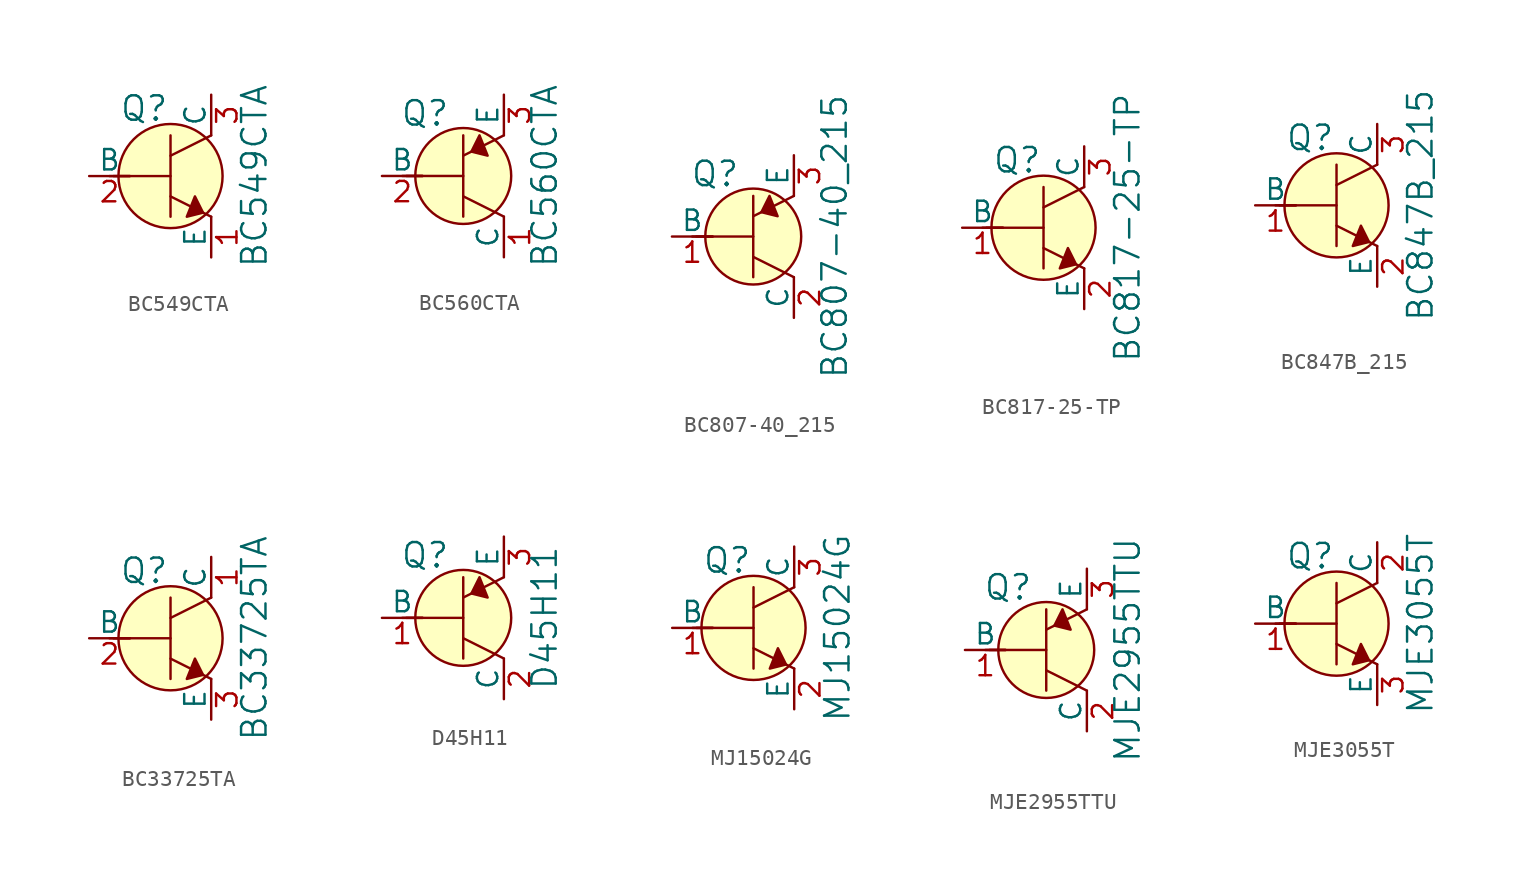
<source format=kicad_sym>
(kicad_symbol_lib
  (version 20211014)
  (generator kicad_symbol_editor)
  (symbol "BC549CTA"
    (pin_names
      (offset 0))
    (property "Reference" "Q"
      (at -3.2 4.216 0)
      (effects (font (size 1.524 1.524)) (justify left)))
    (property "Value" "BC549CTA"
      (at 5.232 0 90)
      (effects (font (size 1.524 1.524))))
    (symbol "BC549CTA_0_1"
      (polyline (pts (xy -3.81 0) (xy -2.54 0)) (stroke (width 0) (type default) (color 0 0 0 0)) (fill (type none)))
      (polyline (pts (xy -3.556 0) (xy 0 0)) (stroke (width 0) (type default) (color 0 0 0 0)) (fill (type none)))
      (polyline (pts (xy 0 -1.27) (xy 2.54 -2.54)) (stroke (width 0) (type default) (color 0 0 0 0)) (fill (type none)))
      (polyline (pts (xy 0 1.27) (xy 2.54 2.54)) (stroke (width 0) (type default) (color 0 0 0 0)) (fill (type none)))
      (polyline (pts (xy 0 2.54) (xy 0 -2.54)) (stroke (width 0) (type default) (color 0 0 0 0)) (fill (type none)))
      (polyline (pts (xy 1.524 -1.27) (xy 2.032 -2.286) (xy 1.016 -2.54) (xy 1.524 -1.27)) (stroke (width 0) (type default) (color 0 0 0 0)) (fill (type outline)))
      (circle (center 0 0) (radius 3.251) (stroke (width 0) (type default) (color 0 0 0 0)) (fill (type background))))
    (symbol "BC549CTA_1_1"
      (pin passive line (at 2.54 -5.08 90) (length 2.54) (name "E" (effects (font (size 1.27 1.27)))) (number "1" (effects (font (size 1.27 1.27)))))
      (pin input line (at -5.08 0 0) (length 2.54) (name "B" (effects (font (size 1.27 1.27)))) (number "2" (effects (font (size 1.27 1.27)))))
      (pin passive line (at 2.54 5.08 270) (length 2.54) (name "C" (effects (font (size 1.27 1.27)))) (number "3" (effects (font (size 1.27 1.27)))))))
  (symbol "BC560CTA"
    (pin_names
      (offset 0))
    (property "Reference" "Q"
      (at -2.388 3.912 0)
      (effects (font (size 1.524 1.524))))
    (property "Value" "BC560CTA"
      (at 5.08 0 90)
      (effects (font (size 1.524 1.524))))
    (symbol "BC560CTA_0_1"
      (polyline (pts (xy -3.81 0) (xy -2.54 0)) (stroke (width 0) (type default) (color 0 0 0 0)) (fill (type none)))
      (polyline (pts (xy -3.556 0) (xy 0 0)) (stroke (width 0) (type default) (color 0 0 0 0)) (fill (type none)))
      (polyline (pts (xy 0 -1.27) (xy 2.54 -2.54)) (stroke (width 0) (type default) (color 0 0 0 0)) (fill (type none)))
      (polyline (pts (xy 0 1.27) (xy 2.54 2.54)) (stroke (width 0) (type default) (color 0 0 0 0)) (fill (type none)))
      (polyline (pts (xy 0 2.54) (xy 0 -2.54)) (stroke (width 0) (type default) (color 0 0 0 0)) (fill (type none)))
      (polyline (pts (xy 1.016 2.54) (xy 0.508 1.524) (xy 1.524 1.27) (xy 1.016 2.54)) (stroke (width 0) (type default) (color 0 0 0 0)) (fill (type outline)))
      (circle (center 0 0) (radius 2.997) (stroke (width 0) (type default) (color 0 0 0 0)) (fill (type background))))
    (symbol "BC560CTA_1_1"
      (pin passive line (at 2.54 -5.08 90) (length 2.54) (name "C" (effects (font (size 1.27 1.27)))) (number "1" (effects (font (size 1.27 1.27)))))
      (pin input line (at -5.08 0 0) (length 2.54) (name "B" (effects (font (size 1.27 1.27)))) (number "2" (effects (font (size 1.27 1.27)))))
      (pin passive line (at 2.54 5.08 270) (length 2.54) (name "E" (effects (font (size 1.27 1.27)))) (number "3" (effects (font (size 1.27 1.27)))))))
  (symbol "BC807-40_215"
    (pin_names
      (offset 0))
    (property "Reference" "Q"
      (at -2.388 3.912 0)
      (effects (font (size 1.524 1.524))))
    (property "Value" "BC807-40_215"
      (at 5.08 0 90)
      (effects (font (size 1.524 1.524))))
    (symbol "BC807-40_215_0_1"
      (polyline (pts (xy -3.81 0) (xy -2.54 0)) (stroke (width 0) (type default) (color 0 0 0 0)) (fill (type none)))
      (polyline (pts (xy -3.556 0) (xy 0 0)) (stroke (width 0) (type default) (color 0 0 0 0)) (fill (type none)))
      (polyline (pts (xy 0 -1.27) (xy 2.54 -2.54)) (stroke (width 0) (type default) (color 0 0 0 0)) (fill (type none)))
      (polyline (pts (xy 0 1.27) (xy 2.54 2.54)) (stroke (width 0) (type default) (color 0 0 0 0)) (fill (type none)))
      (polyline (pts (xy 0 2.54) (xy 0 -2.54)) (stroke (width 0) (type default) (color 0 0 0 0)) (fill (type none)))
      (polyline (pts (xy 1.016 2.54) (xy 0.508 1.524) (xy 1.524 1.27) (xy 1.016 2.54)) (stroke (width 0) (type default) (color 0 0 0 0)) (fill (type outline)))
      (circle (center 0 0) (radius 2.997) (stroke (width 0) (type default) (color 0 0 0 0)) (fill (type background))))
    (symbol "BC807-40_215_1_1"
      (pin input line (at -5.08 0 0) (length 2.54) (name "B" (effects (font (size 1.27 1.27)))) (number "1" (effects (font (size 1.27 1.27)))))
      (pin passive line (at 2.54 -5.08 90) (length 2.54) (name "C" (effects (font (size 1.27 1.27)))) (number "2" (effects (font (size 1.27 1.27)))))
      (pin passive line (at 2.54 5.08 270) (length 2.54) (name "E" (effects (font (size 1.27 1.27)))) (number "3" (effects (font (size 1.27 1.27)))))))
  (symbol "BC817-25-TP"
    (pin_names
      (offset 0))
    (property "Reference" "Q"
      (at -3.2 4.216 0)
      (effects (font (size 1.524 1.524)) (justify left)))
    (property "Value" "BC817-25-TP"
      (at 5.232 0 90)
      (effects (font (size 1.524 1.524))))
    (symbol "BC817-25-TP_0_1"
      (polyline (pts (xy -3.81 0) (xy -2.54 0)) (stroke (width 0) (type default) (color 0 0 0 0)) (fill (type none)))
      (polyline (pts (xy -3.556 0) (xy 0 0)) (stroke (width 0) (type default) (color 0 0 0 0)) (fill (type none)))
      (polyline (pts (xy 0 -1.27) (xy 2.54 -2.54)) (stroke (width 0) (type default) (color 0 0 0 0)) (fill (type none)))
      (polyline (pts (xy 0 1.27) (xy 2.54 2.54)) (stroke (width 0) (type default) (color 0 0 0 0)) (fill (type none)))
      (polyline (pts (xy 0 2.54) (xy 0 -2.54)) (stroke (width 0) (type default) (color 0 0 0 0)) (fill (type none)))
      (polyline (pts (xy 1.524 -1.27) (xy 2.032 -2.286) (xy 1.016 -2.54) (xy 1.524 -1.27)) (stroke (width 0) (type default) (color 0 0 0 0)) (fill (type outline)))
      (circle (center 0 0) (radius 3.251) (stroke (width 0) (type default) (color 0 0 0 0)) (fill (type background))))
    (symbol "BC817-25-TP_1_1"
      (pin input line (at -5.08 0 0) (length 2.54) (name "B" (effects (font (size 1.27 1.27)))) (number "1" (effects (font (size 1.27 1.27)))))
      (pin passive line (at 2.54 -5.08 90) (length 2.54) (name "E" (effects (font (size 1.27 1.27)))) (number "2" (effects (font (size 1.27 1.27)))))
      (pin passive line (at 2.54 5.08 270) (length 2.54) (name "C" (effects (font (size 1.27 1.27)))) (number "3" (effects (font (size 1.27 1.27)))))))
  (symbol "BC847B_215"
    (pin_names
      (offset 0))
    (property "Reference" "Q"
      (at -3.2 4.216 0)
      (effects (font (size 1.524 1.524)) (justify left)))
    (property "Value" "BC847B_215"
      (at 5.232 0 90)
      (effects (font (size 1.524 1.524))))
    (symbol "BC847B_215_0_1"
      (polyline (pts (xy -3.81 0) (xy -2.54 0)) (stroke (width 0) (type default) (color 0 0 0 0)) (fill (type none)))
      (polyline (pts (xy -3.556 0) (xy 0 0)) (stroke (width 0) (type default) (color 0 0 0 0)) (fill (type none)))
      (polyline (pts (xy 0 -1.27) (xy 2.54 -2.54)) (stroke (width 0) (type default) (color 0 0 0 0)) (fill (type none)))
      (polyline (pts (xy 0 1.27) (xy 2.54 2.54)) (stroke (width 0) (type default) (color 0 0 0 0)) (fill (type none)))
      (polyline (pts (xy 0 2.54) (xy 0 -2.54)) (stroke (width 0) (type default) (color 0 0 0 0)) (fill (type none)))
      (polyline (pts (xy 1.524 -1.27) (xy 2.032 -2.286) (xy 1.016 -2.54) (xy 1.524 -1.27)) (stroke (width 0) (type default) (color 0 0 0 0)) (fill (type outline)))
      (circle (center 0 0) (radius 3.251) (stroke (width 0) (type default) (color 0 0 0 0)) (fill (type background))))
    (symbol "BC847B_215_1_1"
      (pin input line (at -5.08 0 0) (length 2.54) (name "B" (effects (font (size 1.27 1.27)))) (number "1" (effects (font (size 1.27 1.27)))))
      (pin passive line (at 2.54 -5.08 90) (length 2.54) (name "E" (effects (font (size 1.27 1.27)))) (number "2" (effects (font (size 1.27 1.27)))))
      (pin passive line (at 2.54 5.08 270) (length 2.54) (name "C" (effects (font (size 1.27 1.27)))) (number "3" (effects (font (size 1.27 1.27)))))))
  (symbol "BC33725TA"
    (pin_names
      (offset 0))
    (property "Reference" "Q"
      (at -3.2 4.216 0)
      (effects (font (size 1.524 1.524)) (justify left)))
    (property "Value" "BC33725TA"
      (at 5.232 0 90)
      (effects (font (size 1.524 1.524))))
    (symbol "BC33725TA_0_1"
      (polyline (pts (xy -3.81 0) (xy -2.54 0)) (stroke (width 0) (type default) (color 0 0 0 0)) (fill (type none)))
      (polyline (pts (xy -3.556 0) (xy 0 0)) (stroke (width 0) (type default) (color 0 0 0 0)) (fill (type none)))
      (polyline (pts (xy 0 -1.27) (xy 2.54 -2.54)) (stroke (width 0) (type default) (color 0 0 0 0)) (fill (type none)))
      (polyline (pts (xy 0 1.27) (xy 2.54 2.54)) (stroke (width 0) (type default) (color 0 0 0 0)) (fill (type none)))
      (polyline (pts (xy 0 2.54) (xy 0 -2.54)) (stroke (width 0) (type default) (color 0 0 0 0)) (fill (type none)))
      (polyline (pts (xy 1.524 -1.27) (xy 2.032 -2.286) (xy 1.016 -2.54) (xy 1.524 -1.27)) (stroke (width 0) (type default) (color 0 0 0 0)) (fill (type outline)))
      (circle (center 0 0) (radius 3.251) (stroke (width 0) (type default) (color 0 0 0 0)) (fill (type background))))
    (symbol "BC33725TA_1_1"
      (pin passive line (at 2.54 5.08 270) (length 2.54) (name "C" (effects (font (size 1.27 1.27)))) (number "1" (effects (font (size 1.27 1.27)))))
      (pin input line (at -5.08 0 0) (length 2.54) (name "B" (effects (font (size 1.27 1.27)))) (number "2" (effects (font (size 1.27 1.27)))))
      (pin passive line (at 2.54 -5.08 90) (length 2.54) (name "E" (effects (font (size 1.27 1.27)))) (number "3" (effects (font (size 1.27 1.27)))))))
  (symbol "D45H11"
    (pin_names
      (offset 0))
    (property "Reference" "Q"
      (at -2.388 3.912 0)
      (effects (font (size 1.524 1.524))))
    (property "Value" "D45H11"
      (at 5.08 0 90)
      (effects (font (size 1.524 1.524))))
    (symbol "D45H11_0_1"
      (polyline (pts (xy -3.81 0) (xy -2.54 0)) (stroke (width 0) (type default) (color 0 0 0 0)) (fill (type none)))
      (polyline (pts (xy -3.556 0) (xy 0 0)) (stroke (width 0) (type default) (color 0 0 0 0)) (fill (type none)))
      (polyline (pts (xy 0 -1.27) (xy 2.54 -2.54)) (stroke (width 0) (type default) (color 0 0 0 0)) (fill (type none)))
      (polyline (pts (xy 0 1.27) (xy 2.54 2.54)) (stroke (width 0) (type default) (color 0 0 0 0)) (fill (type none)))
      (polyline (pts (xy 0 2.54) (xy 0 -2.54)) (stroke (width 0) (type default) (color 0 0 0 0)) (fill (type none)))
      (polyline (pts (xy 1.016 2.54) (xy 0.508 1.524) (xy 1.524 1.27) (xy 1.016 2.54)) (stroke (width 0) (type default) (color 0 0 0 0)) (fill (type outline)))
      (circle (center 0 0) (radius 2.997) (stroke (width 0) (type default) (color 0 0 0 0)) (fill (type background))))
    (symbol "D45H11_1_1"
      (pin input line (at -5.08 0 0) (length 2.54) (name "B" (effects (font (size 1.27 1.27)))) (number "1" (effects (font (size 1.27 1.27)))))
      (pin passive line (at 2.54 -5.08 90) (length 2.54) (name "C" (effects (font (size 1.27 1.27)))) (number "2" (effects (font (size 1.27 1.27)))))
      (pin passive line (at 2.54 5.08 270) (length 2.54) (name "E" (effects (font (size 1.27 1.27)))) (number "3" (effects (font (size 1.27 1.27)))))))
  (symbol "MJ15024G"
    (pin_names
      (offset 0))
    (property "Reference" "Q"
      (at -3.2 4.216 0)
      (effects (font (size 1.524 1.524)) (justify left)))
    (property "Value" "MJ15024G"
      (at 5.232 0 90)
      (effects (font (size 1.524 1.524))))
    (symbol "MJ15024G_0_1"
      (polyline (pts (xy -3.81 0) (xy -2.54 0)) (stroke (width 0) (type default) (color 0 0 0 0)) (fill (type none)))
      (polyline (pts (xy -3.556 0) (xy 0 0)) (stroke (width 0) (type default) (color 0 0 0 0)) (fill (type none)))
      (polyline (pts (xy 0 -1.27) (xy 2.54 -2.54)) (stroke (width 0) (type default) (color 0 0 0 0)) (fill (type none)))
      (polyline (pts (xy 0 1.27) (xy 2.54 2.54)) (stroke (width 0) (type default) (color 0 0 0 0)) (fill (type none)))
      (polyline (pts (xy 0 2.54) (xy 0 -2.54)) (stroke (width 0) (type default) (color 0 0 0 0)) (fill (type none)))
      (polyline (pts (xy 1.524 -1.27) (xy 2.032 -2.286) (xy 1.016 -2.54) (xy 1.524 -1.27)) (stroke (width 0) (type default) (color 0 0 0 0)) (fill (type outline)))
      (circle (center 0 0) (radius 3.251) (stroke (width 0) (type default) (color 0 0 0 0)) (fill (type background))))
    (symbol "MJ15024G_1_1"
      (pin input line (at -5.08 0 0) (length 2.54) (name "B" (effects (font (size 1.27 1.27)))) (number "1" (effects (font (size 1.27 1.27)))))
      (pin passive line (at 2.54 -5.08 90) (length 2.54) (name "E" (effects (font (size 1.27 1.27)))) (number "2" (effects (font (size 1.27 1.27)))))
      (pin passive line (at 2.54 5.08 270) (length 2.54) (name "C" (effects (font (size 1.27 1.27)))) (number "3" (effects (font (size 1.27 1.27)))))))
  (symbol "MJE2955TTU"
    (pin_names
      (offset 0))
    (property "Reference" "Q"
      (at -2.388 3.912 0)
      (effects (font (size 1.524 1.524))))
    (property "Value" "MJE2955TTU"
      (at 5.08 0 90)
      (effects (font (size 1.524 1.524))))
    (symbol "MJE2955TTU_0_1"
      (polyline (pts (xy -3.81 0) (xy -2.54 0)) (stroke (width 0) (type default) (color 0 0 0 0)) (fill (type none)))
      (polyline (pts (xy -3.556 0) (xy 0 0)) (stroke (width 0) (type default) (color 0 0 0 0)) (fill (type none)))
      (polyline (pts (xy 0 -1.27) (xy 2.54 -2.54)) (stroke (width 0) (type default) (color 0 0 0 0)) (fill (type none)))
      (polyline (pts (xy 0 1.27) (xy 2.54 2.54)) (stroke (width 0) (type default) (color 0 0 0 0)) (fill (type none)))
      (polyline (pts (xy 0 2.54) (xy 0 -2.54)) (stroke (width 0) (type default) (color 0 0 0 0)) (fill (type none)))
      (polyline (pts (xy 1.016 2.54) (xy 0.508 1.524) (xy 1.524 1.27) (xy 1.016 2.54)) (stroke (width 0) (type default) (color 0 0 0 0)) (fill (type outline)))
      (circle (center 0 0) (radius 2.997) (stroke (width 0) (type default) (color 0 0 0 0)) (fill (type background))))
    (symbol "MJE2955TTU_1_1"
      (pin input line (at -5.08 0 0) (length 2.54) (name "B" (effects (font (size 1.27 1.27)))) (number "1" (effects (font (size 1.27 1.27)))))
      (pin passive line (at 2.54 -5.08 90) (length 2.54) (name "C" (effects (font (size 1.27 1.27)))) (number "2" (effects (font (size 1.27 1.27)))))
      (pin passive line (at 2.54 5.08 270) (length 2.54) (name "E" (effects (font (size 1.27 1.27)))) (number "3" (effects (font (size 1.27 1.27)))))))
  (symbol "MJE3055T"
    (pin_names
      (offset 0))
    (property "Reference" "Q"
      (at -3.2 4.216 0)
      (effects (font (size 1.524 1.524)) (justify left)))
    (property "Value" "MJE3055T"
      (at 5.232 0 90)
      (effects (font (size 1.524 1.524))))
    (symbol "MJE3055T_0_1"
      (polyline (pts (xy -3.81 0) (xy -2.54 0)) (stroke (width 0) (type default) (color 0 0 0 0)) (fill (type none)))
      (polyline (pts (xy -3.556 0) (xy 0 0)) (stroke (width 0) (type default) (color 0 0 0 0)) (fill (type none)))
      (polyline (pts (xy 0 -1.27) (xy 2.54 -2.54)) (stroke (width 0) (type default) (color 0 0 0 0)) (fill (type none)))
      (polyline (pts (xy 0 1.27) (xy 2.54 2.54)) (stroke (width 0) (type default) (color 0 0 0 0)) (fill (type none)))
      (polyline (pts (xy 0 2.54) (xy 0 -2.54)) (stroke (width 0) (type default) (color 0 0 0 0)) (fill (type none)))
      (polyline (pts (xy 1.524 -1.27) (xy 2.032 -2.286) (xy 1.016 -2.54) (xy 1.524 -1.27)) (stroke (width 0) (type default) (color 0 0 0 0)) (fill (type outline)))
      (circle (center 0 0) (radius 3.251) (stroke (width 0) (type default) (color 0 0 0 0)) (fill (type background))))
    (symbol "MJE3055T_1_1"
      (pin input line (at -5.08 0 0) (length 2.54) (name "B" (effects (font (size 1.27 1.27)))) (number "1" (effects (font (size 1.27 1.27)))))
      (pin passive line (at 2.54 5.08 270) (length 2.54) (name "C" (effects (font (size 1.27 1.27)))) (number "2" (effects (font (size 1.27 1.27)))))
      (pin passive line (at 2.54 -5.08 90) (length 2.54) (name "E" (effects (font (size 1.27 1.27)))) (number "3" (effects (font (size 1.27 1.27))))))))
</source>
